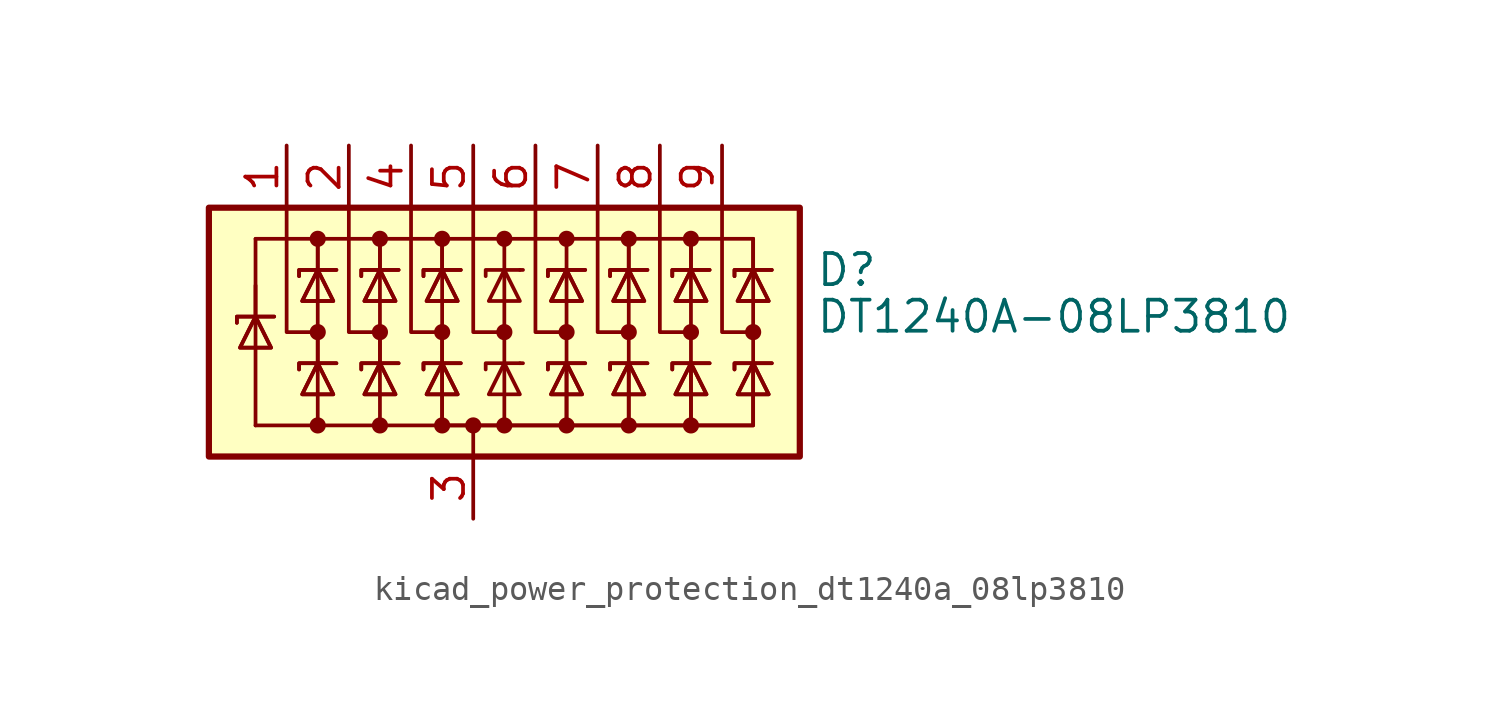
<source format=kicad_sym>
(kicad_symbol_lib
  (version 20220914)
  (generator kicad_symbol_editor)
  (symbol "kicad_power_protection_dt1240a_08lp3810"
    (pin_names hide)
    (property "Reference" "D"
      (at 13.97 2.54 0)
      (effects (font (size 1.27 1.27)) (justify left)))
    (property "Value" "DT1240A-08LP3810"
      (at 13.97 0.635 0)
      (effects (font (size 1.27 1.27)) (justify left)))
    (symbol "kicad_power_protection_dt1240a_08lp3810_0_0"
      (pin passive line (at 0 -7.62 90) (length 2.54) (name "A" (effects (font (size 1.27 1.27)))) (number "3" (effects (font (size 1.27 1.27))))))
    (symbol "kicad_power_protection_dt1240a_08lp3810_0_1"
      (rectangle (start -10.795 5.08) (end 13.335 -5.08) (stroke (width 0.254) (type default)) (fill (type background)))
      (circle (center -6.35 -3.81) (radius 0.254) (stroke (width 0) (type default)) (fill (type outline)))
      (circle (center -6.35 0) (radius 0.254) (stroke (width 0) (type default)) (fill (type outline)))
      (circle (center -6.35 3.81) (radius 0.254) (stroke (width 0) (type default)) (fill (type outline)))
      (circle (center -3.81 -3.81) (radius 0.254) (stroke (width 0) (type default)) (fill (type outline)))
      (circle (center -3.81 0) (radius 0.254) (stroke (width 0) (type default)) (fill (type outline)))
      (circle (center -3.81 3.81) (radius 0.254) (stroke (width 0) (type default)) (fill (type outline)))
      (circle (center -1.27 -3.81) (radius 0.254) (stroke (width 0) (type default)) (fill (type outline)))
      (circle (center -1.27 0) (radius 0.254) (stroke (width 0) (type default)) (fill (type outline)))
      (circle (center -1.27 3.81) (radius 0.254) (stroke (width 0) (type default)) (fill (type outline)))
      (circle (center 0 -3.81) (radius 0.254) (stroke (width 0) (type default)) (fill (type outline)))
      (polyline (pts (xy -8.89 0.635) (xy -8.89 -3.81)) (stroke (width 0) (type default)) (fill (type none)))
      (polyline (pts (xy -8.89 1.905) (xy -8.89 0.635)) (stroke (width 0) (type default)) (fill (type none)))
      (polyline (pts (xy -8.89 3.81) (xy -8.89 0.635)) (stroke (width 0) (type default)) (fill (type none)))
      (polyline (pts (xy -6.35 -3.81) (xy -8.89 -3.81)) (stroke (width 0) (type default)) (fill (type none)))
      (polyline (pts (xy -6.35 0) (xy -6.35 -1.27)) (stroke (width 0) (type default)) (fill (type none)))
      (polyline (pts (xy -6.35 2.54) (xy -6.35 -1.27)) (stroke (width 0) (type default)) (fill (type none)))
      (polyline (pts (xy -6.35 3.81) (xy -6.35 2.54)) (stroke (width 0) (type default)) (fill (type none)))
      (polyline (pts (xy -6.35 3.81) (xy -6.35 2.54)) (stroke (width 0) (type default)) (fill (type none)))
      (polyline (pts (xy -3.81 0) (xy -3.81 -1.27)) (stroke (width 0) (type default)) (fill (type none)))
      (polyline (pts (xy -3.81 2.54) (xy -3.81 -1.27)) (stroke (width 0) (type default)) (fill (type none)))
      (polyline (pts (xy -3.81 3.81) (xy -3.81 2.54)) (stroke (width 0) (type default)) (fill (type none)))
      (polyline (pts (xy -3.81 3.81) (xy -3.81 2.54)) (stroke (width 0) (type default)) (fill (type none)))
      (polyline (pts (xy -1.27 0) (xy -1.27 -1.27)) (stroke (width 0) (type default)) (fill (type none)))
      (polyline (pts (xy -1.27 2.54) (xy -1.27 -1.27)) (stroke (width 0) (type default)) (fill (type none)))
      (polyline (pts (xy -1.27 3.81) (xy -1.27 2.54)) (stroke (width 0) (type default)) (fill (type none)))
      (polyline (pts (xy -1.27 3.81) (xy -1.27 2.54)) (stroke (width 0) (type default)) (fill (type none)))
      (polyline (pts (xy 0 -5.08) (xy 0 -3.81)) (stroke (width 0) (type default)) (fill (type none)))
      (polyline (pts (xy 1.27 -3.81) (xy 1.27 2.54)) (stroke (width 0) (type default)) (fill (type none)))
      (polyline (pts (xy 1.27 3.81) (xy 1.27 2.54)) (stroke (width 0) (type default)) (fill (type none)))
      (polyline (pts (xy 1.905 -1.27) (xy 2.032 -1.27)) (stroke (width 0) (type default)) (fill (type none)))
      (polyline (pts (xy 1.905 2.54) (xy 2.032 2.54)) (stroke (width 0) (type default)) (fill (type none)))
      (polyline (pts (xy 3.81 2.54) (xy 3.81 -1.27)) (stroke (width 0) (type default)) (fill (type none)))
      (polyline (pts (xy 3.81 3.81) (xy 3.81 2.54)) (stroke (width 0) (type default)) (fill (type none)))
      (polyline (pts (xy 6.35 2.54) (xy 6.35 -1.27)) (stroke (width 0) (type default)) (fill (type none)))
      (polyline (pts (xy 6.35 3.81) (xy 6.35 2.54)) (stroke (width 0) (type default)) (fill (type none)))
      (polyline (pts (xy 6.35 3.81) (xy 6.35 2.54)) (stroke (width 0) (type default)) (fill (type none)))
      (polyline (pts (xy 8.89 2.54) (xy 8.89 -1.27)) (stroke (width 0) (type default)) (fill (type none)))
      (polyline (pts (xy 8.89 3.81) (xy 8.89 2.54)) (stroke (width 0) (type default)) (fill (type none)))
      (polyline (pts (xy 8.89 3.81) (xy 8.89 2.54)) (stroke (width 0) (type default)) (fill (type none)))
      (polyline (pts (xy 11.43 2.54) (xy 11.43 -1.27)) (stroke (width 0) (type default)) (fill (type none)))
      (polyline (pts (xy 11.43 3.81) (xy -8.89 3.81)) (stroke (width 0) (type default)) (fill (type none)))
      (polyline (pts (xy 11.43 3.81) (xy 11.43 2.54)) (stroke (width 0) (type default)) (fill (type none)))
      (polyline (pts (xy 11.43 3.81) (xy 11.43 2.54)) (stroke (width 0) (type default)) (fill (type none)))
      (polyline (pts (xy -7.62 5.08) (xy -7.62 0) (xy -6.35 0)) (stroke (width 0) (type default)) (fill (type none)))
      (polyline (pts (xy -6.35 -1.27) (xy -6.35 -3.81) (xy -3.81 -3.81)) (stroke (width 0) (type default)) (fill (type none)))
      (polyline (pts (xy -5.08 5.08) (xy -5.08 0) (xy -3.81 0)) (stroke (width 0) (type default)) (fill (type none)))
      (polyline (pts (xy -3.81 -1.27) (xy -3.81 -3.81) (xy -1.27 -3.81)) (stroke (width 0) (type default)) (fill (type none)))
      (polyline (pts (xy -2.54 5.08) (xy -2.54 0) (xy -1.27 0)) (stroke (width 0) (type default)) (fill (type none)))
      (polyline (pts (xy 0 5.08) (xy 0 0) (xy 1.27 0)) (stroke (width 0) (type default)) (fill (type none)))
      (polyline (pts (xy 1.905 -1.27) (xy 0.508 -1.27) (xy 0.508 -1.524)) (stroke (width 0) (type default)) (fill (type none)))
      (polyline (pts (xy 1.905 2.54) (xy 0.508 2.54) (xy 0.508 2.286)) (stroke (width 0) (type default)) (fill (type none)))
      (polyline (pts (xy 2.54 5.08) (xy 2.54 0) (xy 3.81 0)) (stroke (width 0) (type default)) (fill (type none)))
      (polyline (pts (xy 5.08 5.08) (xy 5.08 0) (xy 6.35 0)) (stroke (width 0) (type default)) (fill (type none)))
      (polyline (pts (xy 6.35 -1.27) (xy 6.35 -3.81) (xy 3.81 -3.81)) (stroke (width 0) (type default)) (fill (type none)))
      (polyline (pts (xy 6.35 -1.27) (xy 6.35 -3.81) (xy 3.81 -3.81)) (stroke (width 0) (type default)) (fill (type none)))
      (polyline (pts (xy 7.62 5.08) (xy 7.62 0) (xy 8.89 0)) (stroke (width 0) (type default)) (fill (type none)))
      (polyline (pts (xy 8.89 -1.27) (xy 8.89 -3.81) (xy 6.35 -3.81)) (stroke (width 0) (type default)) (fill (type none)))
      (polyline (pts (xy 8.89 -1.27) (xy 8.89 -3.81) (xy 6.35 -3.81)) (stroke (width 0) (type default)) (fill (type none)))
      (polyline (pts (xy 10.16 5.08) (xy 10.16 0) (xy 11.43 0)) (stroke (width 0) (type default)) (fill (type none)))
      (polyline (pts (xy 11.43 -1.27) (xy 11.43 -3.81) (xy 8.89 -3.81)) (stroke (width 0) (type default)) (fill (type none)))
      (polyline (pts (xy 11.43 -1.27) (xy 11.43 -3.81) (xy 8.89 -3.81)) (stroke (width 0) (type default)) (fill (type none)))
      (polyline (pts (xy -9.652 0.381) (xy -9.652 0.635) (xy -8.255 0.635) (xy -8.128 0.635)) (stroke (width 0) (type default)) (fill (type none)))
      (polyline (pts (xy -9.652 0.381) (xy -9.652 0.635) (xy -8.255 0.635) (xy -8.128 0.635)) (stroke (width 0) (type default)) (fill (type none)))
      (polyline (pts (xy -8.89 0.635) (xy -8.255 -0.635) (xy -9.525 -0.635) (xy -8.89 0.635)) (stroke (width 0) (type default)) (fill (type none)))
      (polyline (pts (xy -8.89 0.635) (xy -8.255 -0.635) (xy -9.525 -0.635) (xy -8.89 0.635)) (stroke (width 0) (type default)) (fill (type none)))
      (polyline (pts (xy -7.112 -1.524) (xy -7.112 -1.27) (xy -5.715 -1.27) (xy -5.588 -1.27)) (stroke (width 0) (type default)) (fill (type none)))
      (polyline (pts (xy -7.112 -1.524) (xy -7.112 -1.27) (xy -5.715 -1.27) (xy -5.588 -1.27)) (stroke (width 0) (type default)) (fill (type none)))
      (polyline (pts (xy -7.112 2.286) (xy -7.112 2.54) (xy -5.715 2.54) (xy -5.588 2.54)) (stroke (width 0) (type default)) (fill (type none)))
      (polyline (pts (xy -7.112 2.286) (xy -7.112 2.54) (xy -5.715 2.54) (xy -5.588 2.54)) (stroke (width 0) (type default)) (fill (type none)))
      (polyline (pts (xy -6.35 -1.27) (xy -5.715 -2.54) (xy -6.985 -2.54) (xy -6.35 -1.27)) (stroke (width 0) (type default)) (fill (type none)))
      (polyline (pts (xy -6.35 -1.27) (xy -5.715 -2.54) (xy -6.985 -2.54) (xy -6.35 -1.27)) (stroke (width 0) (type default)) (fill (type none)))
      (polyline (pts (xy -6.35 2.54) (xy -5.715 1.27) (xy -6.985 1.27) (xy -6.35 2.54)) (stroke (width 0) (type default)) (fill (type none)))
      (polyline (pts (xy -6.35 2.54) (xy -5.715 1.27) (xy -6.985 1.27) (xy -6.35 2.54)) (stroke (width 0) (type default)) (fill (type none)))
      (polyline (pts (xy -4.572 -1.524) (xy -4.572 -1.27) (xy -3.175 -1.27) (xy -3.048 -1.27)) (stroke (width 0) (type default)) (fill (type none)))
      (polyline (pts (xy -4.572 -1.524) (xy -4.572 -1.27) (xy -3.175 -1.27) (xy -3.048 -1.27)) (stroke (width 0) (type default)) (fill (type none)))
      (polyline (pts (xy -4.572 2.286) (xy -4.572 2.54) (xy -3.175 2.54) (xy -3.048 2.54)) (stroke (width 0) (type default)) (fill (type none)))
      (polyline (pts (xy -4.572 2.286) (xy -4.572 2.54) (xy -3.175 2.54) (xy -3.048 2.54)) (stroke (width 0) (type default)) (fill (type none)))
      (polyline (pts (xy -3.81 -1.27) (xy -3.175 -2.54) (xy -4.445 -2.54) (xy -3.81 -1.27)) (stroke (width 0) (type default)) (fill (type none)))
      (polyline (pts (xy -3.81 -1.27) (xy -3.175 -2.54) (xy -4.445 -2.54) (xy -3.81 -1.27)) (stroke (width 0) (type default)) (fill (type none)))
      (polyline (pts (xy -3.81 2.54) (xy -3.175 1.27) (xy -4.445 1.27) (xy -3.81 2.54)) (stroke (width 0) (type default)) (fill (type none)))
      (polyline (pts (xy -3.81 2.54) (xy -3.175 1.27) (xy -4.445 1.27) (xy -3.81 2.54)) (stroke (width 0) (type default)) (fill (type none)))
      (polyline (pts (xy -2.032 -1.524) (xy -2.032 -1.27) (xy -0.635 -1.27) (xy -0.508 -1.27)) (stroke (width 0) (type default)) (fill (type none)))
      (polyline (pts (xy -2.032 -1.524) (xy -2.032 -1.27) (xy -0.635 -1.27) (xy -0.508 -1.27)) (stroke (width 0) (type default)) (fill (type none)))
      (polyline (pts (xy -2.032 2.286) (xy -2.032 2.54) (xy -0.635 2.54) (xy -0.508 2.54)) (stroke (width 0) (type default)) (fill (type none)))
      (polyline (pts (xy -2.032 2.286) (xy -2.032 2.54) (xy -0.635 2.54) (xy -0.508 2.54)) (stroke (width 0) (type default)) (fill (type none)))
      (polyline (pts (xy -1.27 -1.27) (xy -1.27 -3.81) (xy 3.81 -3.81) (xy 3.81 -1.27)) (stroke (width 0) (type default)) (fill (type none)))
      (polyline (pts (xy -1.27 -1.27) (xy -1.27 -3.81) (xy 3.81 -3.81) (xy 3.81 -1.27)) (stroke (width 0) (type default)) (fill (type none)))
      (polyline (pts (xy -1.27 -1.27) (xy -0.635 -2.54) (xy -1.905 -2.54) (xy -1.27 -1.27)) (stroke (width 0) (type default)) (fill (type none)))
      (polyline (pts (xy -1.27 -1.27) (xy -0.635 -2.54) (xy -1.905 -2.54) (xy -1.27 -1.27)) (stroke (width 0) (type default)) (fill (type none)))
      (polyline (pts (xy -1.27 2.54) (xy -0.635 1.27) (xy -1.905 1.27) (xy -1.27 2.54)) (stroke (width 0) (type default)) (fill (type none)))
      (polyline (pts (xy -1.27 2.54) (xy -0.635 1.27) (xy -1.905 1.27) (xy -1.27 2.54)) (stroke (width 0) (type default)) (fill (type none)))
      (polyline (pts (xy 1.905 -2.54) (xy 0.635 -2.54) (xy 1.27 -1.27) (xy 1.905 -2.54)) (stroke (width 0) (type default)) (fill (type none)))
      (polyline (pts (xy 1.905 1.27) (xy 0.635 1.27) (xy 1.27 2.54) (xy 1.905 1.27)) (stroke (width 0) (type default)) (fill (type none)))
      (polyline (pts (xy 3.048 -1.524) (xy 3.048 -1.27) (xy 4.445 -1.27) (xy 4.572 -1.27)) (stroke (width 0) (type default)) (fill (type none)))
      (polyline (pts (xy 3.048 -1.524) (xy 3.048 -1.27) (xy 4.445 -1.27) (xy 4.572 -1.27)) (stroke (width 0) (type default)) (fill (type none)))
      (polyline (pts (xy 3.048 2.286) (xy 3.048 2.54) (xy 4.445 2.54) (xy 4.572 2.54)) (stroke (width 0) (type default)) (fill (type none)))
      (polyline (pts (xy 3.048 2.286) (xy 3.048 2.54) (xy 4.445 2.54) (xy 4.572 2.54)) (stroke (width 0) (type default)) (fill (type none)))
      (polyline (pts (xy 3.81 -1.27) (xy 3.175 -2.54) (xy 4.445 -2.54) (xy 3.81 -1.27)) (stroke (width 0) (type default)) (fill (type none)))
      (polyline (pts (xy 3.81 -1.27) (xy 3.175 -2.54) (xy 4.445 -2.54) (xy 3.81 -1.27)) (stroke (width 0) (type default)) (fill (type none)))
      (polyline (pts (xy 3.81 2.54) (xy 3.175 1.27) (xy 4.445 1.27) (xy 3.81 2.54)) (stroke (width 0) (type default)) (fill (type none)))
      (polyline (pts (xy 3.81 2.54) (xy 3.175 1.27) (xy 4.445 1.27) (xy 3.81 2.54)) (stroke (width 0) (type default)) (fill (type none)))
      (polyline (pts (xy 5.588 -1.524) (xy 5.588 -1.27) (xy 6.985 -1.27) (xy 7.112 -1.27)) (stroke (width 0) (type default)) (fill (type none)))
      (polyline (pts (xy 5.588 -1.524) (xy 5.588 -1.27) (xy 6.985 -1.27) (xy 7.112 -1.27)) (stroke (width 0) (type default)) (fill (type none)))
      (polyline (pts (xy 5.588 2.286) (xy 5.588 2.54) (xy 6.985 2.54) (xy 7.112 2.54)) (stroke (width 0) (type default)) (fill (type none)))
      (polyline (pts (xy 5.588 2.286) (xy 5.588 2.54) (xy 6.985 2.54) (xy 7.112 2.54)) (stroke (width 0) (type default)) (fill (type none)))
      (polyline (pts (xy 6.35 -1.27) (xy 5.715 -2.54) (xy 6.985 -2.54) (xy 6.35 -1.27)) (stroke (width 0) (type default)) (fill (type none)))
      (polyline (pts (xy 6.35 -1.27) (xy 5.715 -2.54) (xy 6.985 -2.54) (xy 6.35 -1.27)) (stroke (width 0) (type default)) (fill (type none)))
      (polyline (pts (xy 6.35 2.54) (xy 5.715 1.27) (xy 6.985 1.27) (xy 6.35 2.54)) (stroke (width 0) (type default)) (fill (type none)))
      (polyline (pts (xy 6.35 2.54) (xy 5.715 1.27) (xy 6.985 1.27) (xy 6.35 2.54)) (stroke (width 0) (type default)) (fill (type none)))
      (polyline (pts (xy 8.128 -1.524) (xy 8.128 -1.27) (xy 9.525 -1.27) (xy 9.652 -1.27)) (stroke (width 0) (type default)) (fill (type none)))
      (polyline (pts (xy 8.128 -1.524) (xy 8.128 -1.27) (xy 9.525 -1.27) (xy 9.652 -1.27)) (stroke (width 0) (type default)) (fill (type none)))
      (polyline (pts (xy 8.128 2.286) (xy 8.128 2.54) (xy 9.525 2.54) (xy 9.652 2.54)) (stroke (width 0) (type default)) (fill (type none)))
      (polyline (pts (xy 8.128 2.286) (xy 8.128 2.54) (xy 9.525 2.54) (xy 9.652 2.54)) (stroke (width 0) (type default)) (fill (type none)))
      (polyline (pts (xy 8.89 -1.27) (xy 8.255 -2.54) (xy 9.525 -2.54) (xy 8.89 -1.27)) (stroke (width 0) (type default)) (fill (type none)))
      (polyline (pts (xy 8.89 -1.27) (xy 8.255 -2.54) (xy 9.525 -2.54) (xy 8.89 -1.27)) (stroke (width 0) (type default)) (fill (type none)))
      (polyline (pts (xy 8.89 2.54) (xy 8.255 1.27) (xy 9.525 1.27) (xy 8.89 2.54)) (stroke (width 0) (type default)) (fill (type none)))
      (polyline (pts (xy 8.89 2.54) (xy 8.255 1.27) (xy 9.525 1.27) (xy 8.89 2.54)) (stroke (width 0) (type default)) (fill (type none)))
      (polyline (pts (xy 10.668 -1.524) (xy 10.668 -1.27) (xy 12.065 -1.27) (xy 12.192 -1.27)) (stroke (width 0) (type default)) (fill (type none)))
      (polyline (pts (xy 10.668 -1.524) (xy 10.668 -1.27) (xy 12.065 -1.27) (xy 12.192 -1.27)) (stroke (width 0) (type default)) (fill (type none)))
      (polyline (pts (xy 10.668 2.286) (xy 10.668 2.54) (xy 12.065 2.54) (xy 12.192 2.54)) (stroke (width 0) (type default)) (fill (type none)))
      (polyline (pts (xy 10.668 2.286) (xy 10.668 2.54) (xy 12.065 2.54) (xy 12.192 2.54)) (stroke (width 0) (type default)) (fill (type none)))
      (polyline (pts (xy 11.43 -1.27) (xy 10.795 -2.54) (xy 12.065 -2.54) (xy 11.43 -1.27)) (stroke (width 0) (type default)) (fill (type none)))
      (polyline (pts (xy 11.43 -1.27) (xy 10.795 -2.54) (xy 12.065 -2.54) (xy 11.43 -1.27)) (stroke (width 0) (type default)) (fill (type none)))
      (polyline (pts (xy 11.43 2.54) (xy 10.795 1.27) (xy 12.065 1.27) (xy 11.43 2.54)) (stroke (width 0) (type default)) (fill (type none)))
      (polyline (pts (xy 11.43 2.54) (xy 10.795 1.27) (xy 12.065 1.27) (xy 11.43 2.54)) (stroke (width 0) (type default)) (fill (type none)))
      (circle (center 1.27 -3.81) (radius 0.254) (stroke (width 0) (type default)) (fill (type outline)))
      (circle (center 1.27 0) (radius 0.254) (stroke (width 0) (type default)) (fill (type outline)))
      (circle (center 1.27 3.81) (radius 0.254) (stroke (width 0) (type default)) (fill (type outline)))
      (circle (center 3.81 -3.81) (radius 0.254) (stroke (width 0) (type default)) (fill (type outline)))
      (circle (center 3.81 0) (radius 0.254) (stroke (width 0) (type default)) (fill (type outline)))
      (circle (center 3.81 3.81) (radius 0.254) (stroke (width 0) (type default)) (fill (type outline)))
      (circle (center 6.35 -3.81) (radius 0.254) (stroke (width 0) (type default)) (fill (type outline)))
      (circle (center 6.35 0) (radius 0.254) (stroke (width 0) (type default)) (fill (type outline)))
      (circle (center 6.35 3.81) (radius 0.254) (stroke (width 0) (type default)) (fill (type outline)))
      (circle (center 8.89 -3.81) (radius 0.254) (stroke (width 0) (type default)) (fill (type outline)))
      (circle (center 8.89 0) (radius 0.254) (stroke (width 0) (type default)) (fill (type outline)))
      (circle (center 8.89 3.81) (radius 0.254) (stroke (width 0) (type default)) (fill (type outline)))
      (circle (center 11.43 0) (radius 0.254) (stroke (width 0) (type default)) (fill (type outline))))
    (symbol "kicad_power_protection_dt1240a_08lp3810_1_1"
      (pin passive line (at -7.62 7.62 270) (length 2.54) (name "K1" (effects (font (size 1.27 1.27)))) (number "1" (effects (font (size 1.27 1.27)))))
      (pin passive line (at -5.08 7.62 270) (length 2.54) (name "K2" (effects (font (size 1.27 1.27)))) (number "2" (effects (font (size 1.27 1.27)))))
      (pin passive line (at -2.54 7.62 270) (length 2.54) (name "K3" (effects (font (size 1.27 1.27)))) (number "4" (effects (font (size 1.27 1.27)))))
      (pin passive line (at 0 7.62 270) (length 2.54) (name "K4" (effects (font (size 1.27 1.27)))) (number "5" (effects (font (size 1.27 1.27)))))
      (pin passive line (at 2.54 7.62 270) (length 2.54) (name "K5" (effects (font (size 1.27 1.27)))) (number "6" (effects (font (size 1.27 1.27)))))
      (pin passive line (at 5.08 7.62 270) (length 2.54) (name "K6" (effects (font (size 1.27 1.27)))) (number "7" (effects (font (size 1.27 1.27)))))
      (pin passive line (at 7.62 7.62 270) (length 2.54) (name "K7" (effects (font (size 1.27 1.27)))) (number "8" (effects (font (size 1.27 1.27)))))
      (pin passive line (at 10.16 7.62 270) (length 2.54) (name "K8" (effects (font (size 1.27 1.27)))) (number "9" (effects (font (size 1.27 1.27))))))))
</source>
